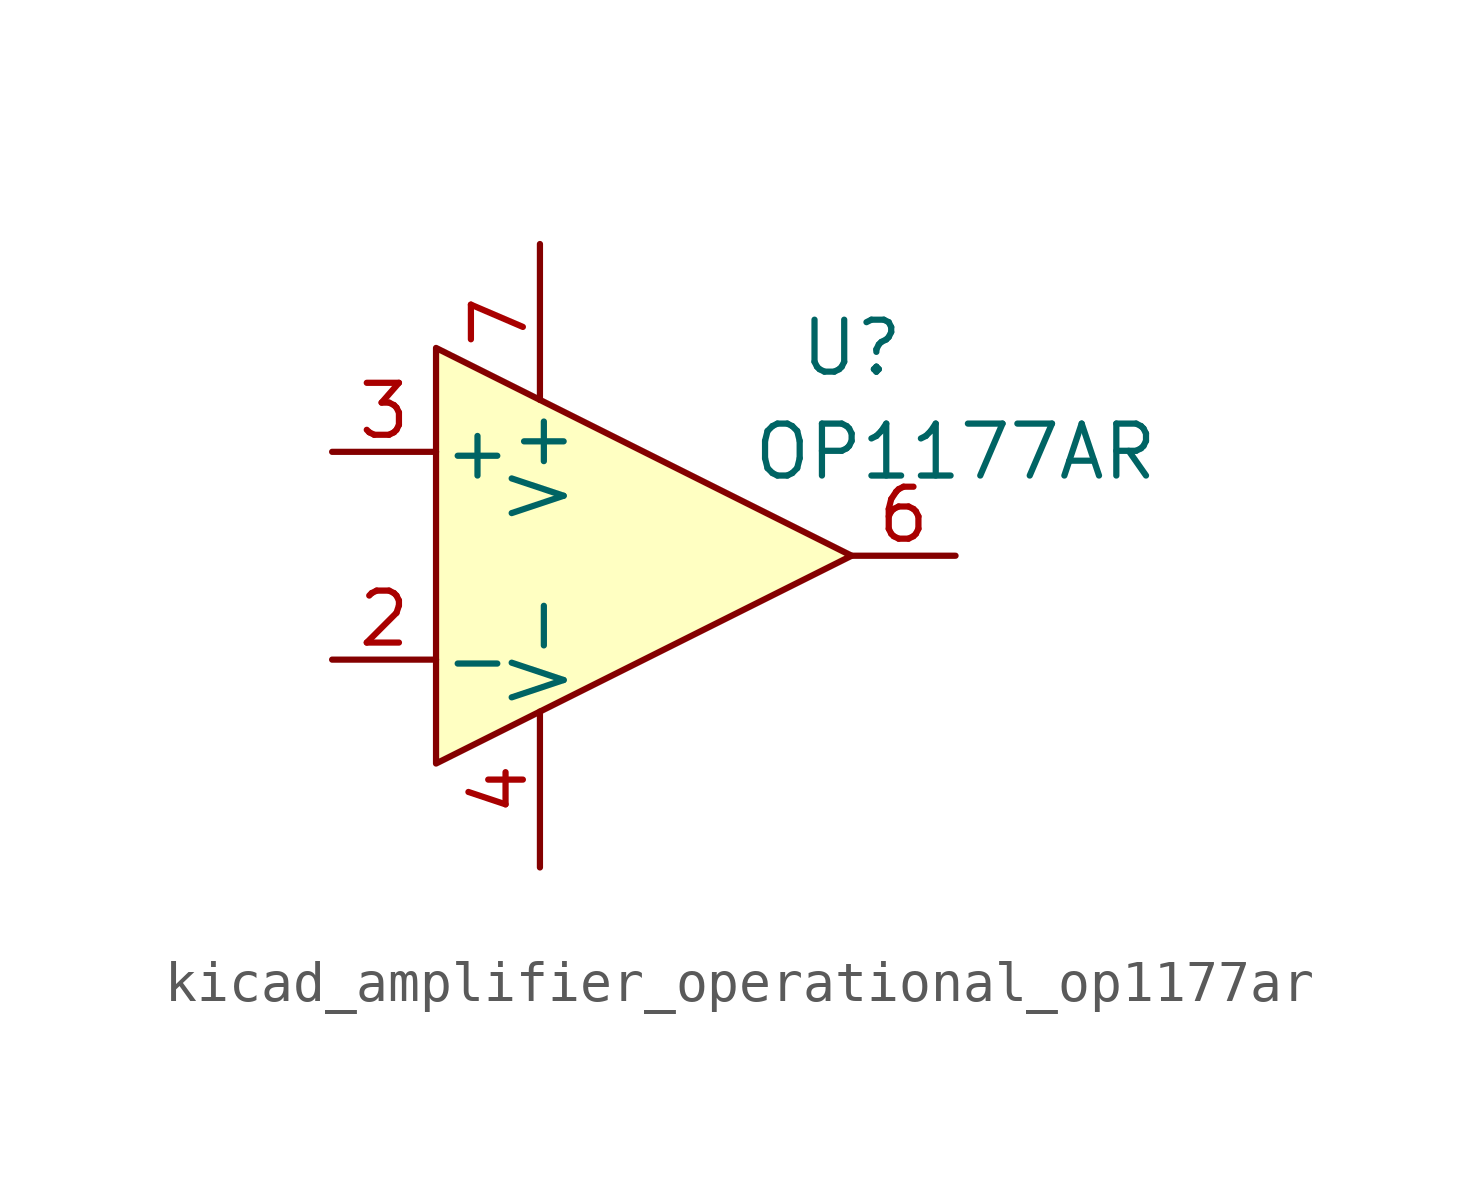
<source format=kicad_sym>
(kicad_symbol_lib
  (version 20220914)
  (generator kicad_symbol_editor)
  (symbol "kicad_amplifier_operational_op1177ar"
    (pin_names
      (offset 0.127))
    (property "Reference" "U"
      (at 5.08 5.08 0)
      (effects (font (size 1.27 1.27))))
    (property "Value" "OP1177AR"
      (at 7.62 2.54 0)
      (effects (font (size 1.27 1.27))))
    (symbol "kicad_amplifier_operational_op1177ar_0_1"
      (polyline (pts (xy -5.08 5.08) (xy -5.08 -5.08) (xy 5.08 0) (xy -5.08 5.08)) (stroke (width 0) (type default)) (fill (type background))))
    (symbol "kicad_amplifier_operational_op1177ar_1_1"
      (pin no_connect line (at -5.08 0 0) (length 3.81) hide (name "NC" (effects (font (size 1.27 1.27)))) (number "1" (effects (font (size 1.27 1.27)))))
      (pin input line (at -7.62 -2.54 0) (length 2.54) (name "-" (effects (font (size 1.27 1.27)))) (number "2" (effects (font (size 1.27 1.27)))))
      (pin input line (at -7.62 2.54 0) (length 2.54) (name "+" (effects (font (size 1.27 1.27)))) (number "3" (effects (font (size 1.27 1.27)))))
      (pin power_in line (at -2.54 -7.62 90) (length 3.81) (name "V-" (effects (font (size 1.27 1.27)))) (number "4" (effects (font (size 1.27 1.27)))))
      (pin no_connect line (at 0 -2.54 90) (length 3.81) hide (name "NC" (effects (font (size 1.27 1.27)))) (number "5" (effects (font (size 1.27 1.27)))))
      (pin output line (at 7.62 0 180) (length 2.54) (name "~" (effects (font (size 1.27 1.27)))) (number "6" (effects (font (size 1.27 1.27)))))
      (pin power_in line (at -2.54 7.62 270) (length 3.81) (name "V+" (effects (font (size 1.27 1.27)))) (number "7" (effects (font (size 1.27 1.27)))))
      (pin no_connect line (at 0 2.54 270) (length 3.81) hide (name "NC" (effects (font (size 1.27 1.27)))) (number "8" (effects (font (size 1.27 1.27))))))))
</source>
